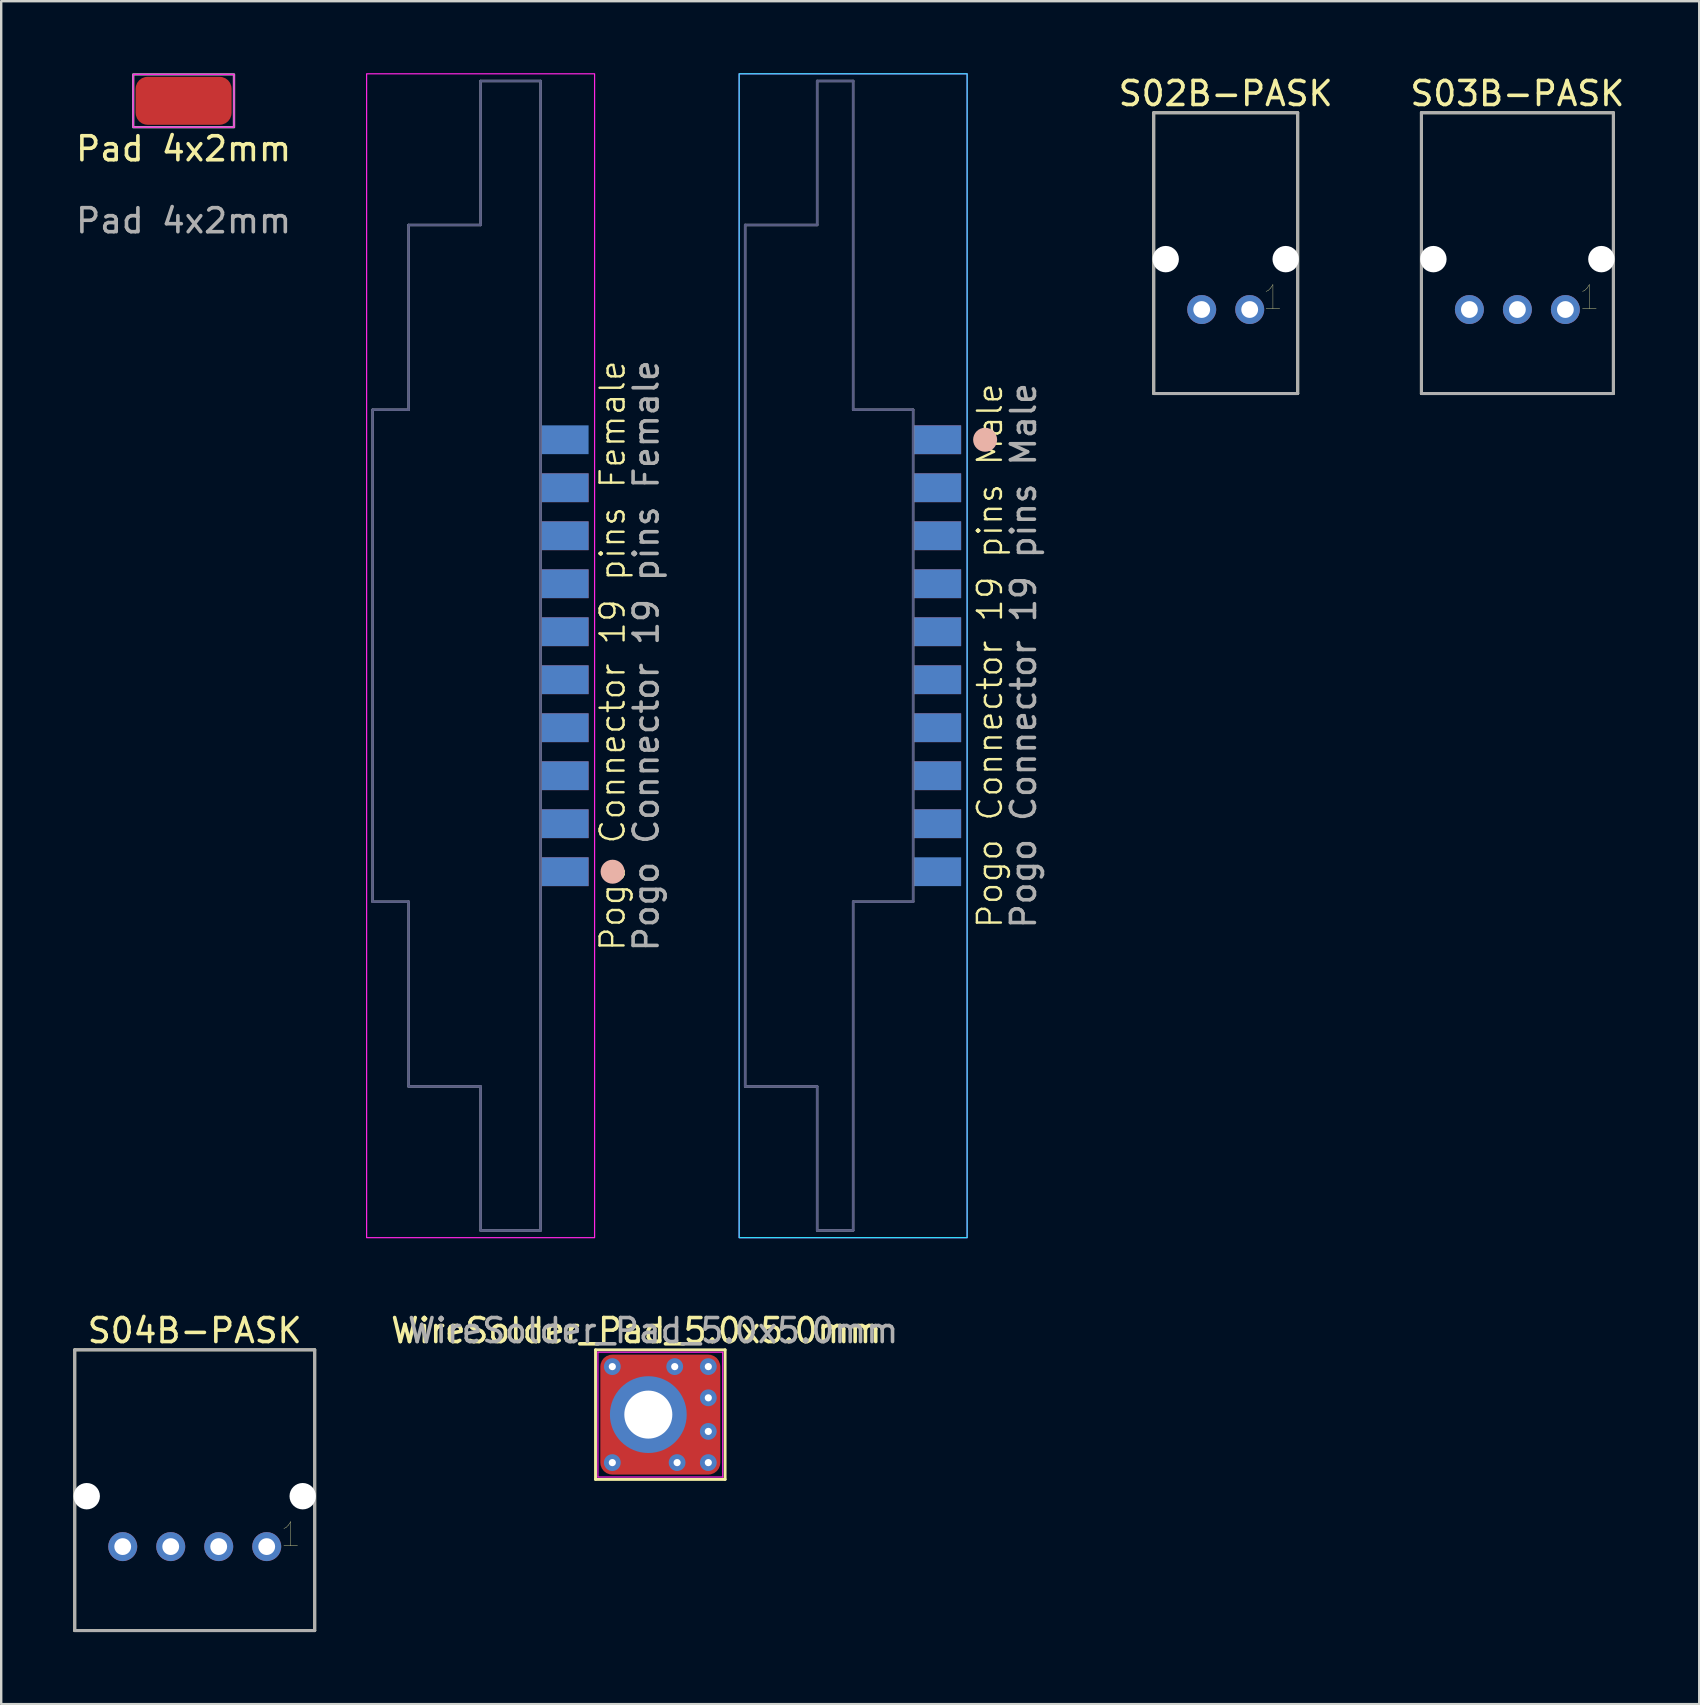
<source format=kicad_pcb>
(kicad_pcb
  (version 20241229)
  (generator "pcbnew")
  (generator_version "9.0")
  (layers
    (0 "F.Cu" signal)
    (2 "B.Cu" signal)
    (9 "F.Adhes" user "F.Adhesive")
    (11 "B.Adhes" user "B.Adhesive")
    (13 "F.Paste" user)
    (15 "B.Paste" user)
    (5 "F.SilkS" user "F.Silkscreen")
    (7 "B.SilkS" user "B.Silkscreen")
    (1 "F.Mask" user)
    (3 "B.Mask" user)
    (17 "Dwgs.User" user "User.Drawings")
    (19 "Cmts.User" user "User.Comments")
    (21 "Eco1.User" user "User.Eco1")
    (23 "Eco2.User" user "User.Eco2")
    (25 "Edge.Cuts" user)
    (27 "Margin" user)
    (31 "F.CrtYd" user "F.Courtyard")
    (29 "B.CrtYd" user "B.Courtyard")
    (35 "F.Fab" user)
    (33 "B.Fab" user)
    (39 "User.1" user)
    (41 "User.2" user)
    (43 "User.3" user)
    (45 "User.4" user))
  (footprint "S03B-PASK"
    (layer "F.Cu")
    (at 60.181 9.848)
    (property "Reference" "S03B-PASK" (at 0 -9 0) (layer "F.SilkS") (effects (font (size 1 1) (thickness 0.15))))
    (attr through_hole)
    (fp_line (start -4 -8.2) (end 4 -8.2) (stroke (width 0.12) (type solid)) (layer "F.SilkS"))
    (fp_line (start -4 3.5) (end -4 -8.2) (stroke (width 0.12) (type solid)) (layer "F.SilkS"))
    (fp_line (start 4 -8.2) (end 4 3.5) (stroke (width 0.12) (type solid)) (layer "F.SilkS"))
    (fp_line (start 4 3.5) (end -4 3.5) (stroke (width 0.12) (type solid)) (layer "F.SilkS"))
    (fp_line (start -4 3.5) (end -4 -8.2) (stroke (width 0.127) (type solid)) (layer "F.Fab"))
    (fp_line (start -4 3.5) (end 4 3.5) (stroke (width 0.127) (type solid)) (layer "F.Fab"))
    (fp_line (start 4 -8.2) (end -4 -8.2) (stroke (width 0.127) (type solid)) (layer "F.Fab"))
    (fp_line (start 4 -8.2) (end 4 3.5) (stroke (width 0.127) (type solid)) (layer "F.Fab"))
    (fp_text user "1" (at 3 -0.5 0) (layer "F.SilkS") (effects (font (size 1 1) (thickness 0.015))))
    (pad "" np_thru_hole circle (at -3.5 -2.1) (size 1.1 1.1) (drill 1.1) (layers "*.Cu" "*.Mask"))
    (pad "" np_thru_hole circle (at 3.5 -2.1) (size 1.1 1.1) (drill 1.1) (layers "*.Cu" "*.Mask"))
    (pad "1" thru_hole circle (at 2 0) (size 1.208 1.208) (drill 0.7) (layers "*.Cu" "*.Mask"))
    (pad "2" thru_hole circle (at 0 0) (size 1.208 1.208) (drill 0.7) (layers "*.Cu" "*.Mask"))
    (pad "3" thru_hole circle (at -2 0) (size 1.208 1.208) (drill 0.7) (layers "*.Cu" "*.Mask")))
  (footprint "WireSolder_Pad_5.0x5.0mm"
    (layer "F.Cu")
    (at 23.966 55.898)
    (property "Reference" "WireSolder_Pad_5.0x5.0mm" (at -0.5 -3.5 0) (layer "F.SilkS") (effects (font (size 1 1) (thickness 0.15))))
    (attr exclude_from_pos_files exclude_from_bom)
    (fp_line (start -2.2 -2.7) (end 3.2 -2.7) (stroke (width 0.12) (type solid)) (layer "F.SilkS"))
    (fp_line (start -2.2 2.7) (end -2.2 -2.7) (stroke (width 0.12) (type solid)) (layer "F.SilkS"))
    (fp_line (start 3.2 -2.7) (end 3.2 2.7) (stroke (width 0.12) (type solid)) (layer "F.SilkS"))
    (fp_line (start 3.2 2.7) (end -2.2 2.7) (stroke (width 0.12) (type solid)) (layer "F.SilkS"))
    (fp_line (start -2.1 -2.6) (end -2.1 2.6) (stroke (width 0.05) (type solid)) (layer "F.CrtYd"))
    (fp_line (start -2.1 -2.6) (end 3.1 -2.6) (stroke (width 0.05) (type solid)) (layer "F.CrtYd"))
    (fp_line (start 3.1 2.6) (end -2.1 2.6) (stroke (width 0.05) (type solid)) (layer "F.CrtYd"))
    (fp_line (start 3.1 2.6) (end 3.1 -2.6) (stroke (width 0.05) (type solid)) (layer "F.CrtYd"))
    (fp_text user "${REFERENCE}" (at 0.2 -3.5 0) (layer "F.Fab") (effects (font (size 1 1) (thickness 0.15))))
    (pad "1" thru_hole circle (at -1.5 -2) (size 0.7 0.7) (drill 0.3) (layers "*.Cu" "F.Mask"))
    (pad "1" thru_hole circle (at -1.5 2) (size 0.7 0.7) (drill 0.3) (layers "*.Cu" "F.Mask"))
    (pad "1" thru_hole circle (at 0 0) (size 3.2 3.2) (drill 2) (layers "*.Cu" "*.Mask"))
    (pad "1" smd roundrect (at 0.5 0) (size 5 5) (layers "F.Cu" "F.Mask") (roundrect_rratio 0.1))
    (pad "1" thru_hole circle (at 1.1 -2) (size 0.7 0.7) (drill 0.3) (layers "*.Cu" "F.Mask"))
    (pad "1" thru_hole circle (at 1.2 2) (size 0.7 0.7) (drill 0.3) (layers "*.Cu" "F.Mask"))
    (pad "1" thru_hole circle (at 2.5 -2) (size 0.7 0.7) (drill 0.3) (layers "*.Cu" "F.Mask"))
    (pad "1" thru_hole circle (at 2.5 -0.7) (size 0.7 0.7) (drill 0.3) (layers "*.Cu" "F.Mask"))
    (pad "1" thru_hole circle (at 2.5 0.7) (size 0.7 0.7) (drill 0.3) (layers "*.Cu" "F.Mask"))
    (pad "1" thru_hole circle (at 2.5 2) (size 0.7 0.7) (drill 0.3) (layers "*.Cu" "F.Mask")))
  (footprint "Pogo Connector 19 pins Female"
    (layer "F.Cu")
    (at 20.477 24.275)
    (property "Reference" "Pogo Connector 19 pins Female" (at 2 0 90) (unlocked yes) (layer "F.SilkS") (effects (font (size 1 1) (thickness 0.1))))
    (attr smd)
    (fp_circle (center 2 9) (end 2.25 9) (stroke (width 0.5) (type default)) (fill no) (layer "B.SilkS"))
    (fp_rect (start -8.25 -24.25) (end 1.25 24.25) (stroke (width 0.05) (type default)) (fill no) (layer "F.CrtYd"))
    (fp_line (start -8 -10.25) (end -6.5 -10.25) (stroke (width 0.1) (type default)) (layer "B.Fab"))
    (fp_line (start -8 10.25) (end -8 -10.25) (stroke (width 0.1) (type default)) (layer "B.Fab"))
    (fp_line (start -6.5 -17.95) (end -3.5 -17.95) (stroke (width 0.1) (type default)) (layer "B.Fab"))
    (fp_line (start -6.5 -10.25) (end -6.5 -17.95) (stroke (width 0.1) (type default)) (layer "B.Fab"))
    (fp_line (start -6.5 10.25) (end -8 10.25) (stroke (width 0.1) (type default)) (layer "B.Fab"))
    (fp_line (start -6.5 17.95) (end -6.5 10.25) (stroke (width 0.1) (type default)) (layer "B.Fab"))
    (fp_line (start -3.5 -23.95) (end -1 -23.95) (stroke (width 0.1) (type default)) (layer "B.Fab"))
    (fp_line (start -3.5 -17.95) (end -3.5 -23.95) (stroke (width 0.1) (type default)) (layer "B.Fab"))
    (fp_line (start -3.5 17.95) (end -6.5 17.95) (stroke (width 0.1) (type default)) (layer "B.Fab"))
    (fp_line (start -3.5 23.95) (end -3.5 17.95) (stroke (width 0.1) (type default)) (layer "B.Fab"))
    (fp_line (start -1 23.95) (end -3.5 23.95) (stroke (width 0.1) (type default)) (layer "B.Fab"))
    (fp_line (start -1 23.95) (end -1 -23.95) (stroke (width 0.1) (type default)) (layer "B.Fab"))
    (fp_line (start -8 -10.25) (end -8 10.25) (stroke (width 0.1) (type default)) (layer "F.Fab"))
    (fp_line (start -8 10.25) (end -6.5 10.25) (stroke (width 0.1) (type default)) (layer "F.Fab"))
    (fp_line (start -6.5 -17.95) (end -6.5 -10.25) (stroke (width 0.1) (type default)) (layer "F.Fab"))
    (fp_line (start -6.5 -10.25) (end -8 -10.25) (stroke (width 0.1) (type default)) (layer "F.Fab"))
    (fp_line (start -6.5 10.25) (end -6.5 17.95) (stroke (width 0.1) (type default)) (layer "F.Fab"))
    (fp_line (start -6.5 17.95) (end -3.5 17.95) (stroke (width 0.1) (type default)) (layer "F.Fab"))
    (fp_line (start -3.5 -23.95) (end -3.5 -17.95) (stroke (width 0.1) (type default)) (layer "F.Fab"))
    (fp_line (start -3.5 -17.95) (end -6.5 -17.95) (stroke (width 0.1) (type default)) (layer "F.Fab"))
    (fp_line (start -3.5 17.95) (end -3.5 23.95) (stroke (width 0.1) (type default)) (layer "F.Fab"))
    (fp_line (start -3.5 23.95) (end -1 23.95) (stroke (width 0.1) (type default)) (layer "F.Fab"))
    (fp_line (start -1 -23.95) (end -3.5 -23.95) (stroke (width 0.1) (type default)) (layer "F.Fab"))
    (fp_line (start -1 -23.95) (end -1 23.95) (stroke (width 0.1) (type default)) (layer "F.Fab"))
    (fp_text user "${REFERENCE}" (at 3.4 0 90) (unlocked yes) (layer "F.Fab") (effects (font (size 1 1) (thickness 0.15))))
    (pad "1" smd rect (at 0 9) (size 2 1.2) (layers "B.Cu" "B.Mask" "B.Paste"))
    (pad "2" smd rect (at 0 9) (size 2 1.2) (layers "F.Cu" "F.Mask" "F.Paste"))
    (pad "3" smd rect (at 0 7) (size 2 1.2) (layers "B.Cu" "B.Mask" "B.Paste"))
    (pad "4" smd rect (at 0 7) (size 2 1.2) (layers "F.Cu" "F.Mask" "F.Paste"))
    (pad "5" smd rect (at 0 5) (size 2 1.2) (layers "B.Cu" "B.Mask" "B.Paste"))
    (pad "6" smd rect (at 0 5) (size 2 1.2) (layers "F.Cu" "F.Mask" "F.Paste"))
    (pad "7" smd rect (at 0 3) (size 2 1.2) (layers "B.Cu" "B.Mask" "B.Paste"))
    (pad "8" smd rect (at 0 3) (size 2 1.2) (layers "F.Cu" "F.Mask" "F.Paste"))
    (pad "9" smd rect (at 0 1) (size 2 1.2) (layers "B.Cu" "B.Mask" "B.Paste"))
    (pad "10" smd rect (at 0 1) (size 2 1.2) (layers "F.Cu" "F.Mask" "F.Paste"))
    (pad "11" smd rect (at 0 -1) (size 2 1.2) (layers "B.Cu" "B.Mask" "B.Paste"))
    (pad "12" smd rect (at 0 -1) (size 2 1.2) (layers "F.Cu" "F.Mask" "F.Paste"))
    (pad "13" smd rect (at 0 -3) (size 2 1.2) (layers "B.Cu" "B.Mask" "B.Paste"))
    (pad "14" smd rect (at 0 -3) (size 2 1.2) (layers "F.Cu" "F.Mask" "F.Paste"))
    (pad "15" smd rect (at 0 -5) (size 2 1.2) (layers "B.Cu" "B.Mask" "B.Paste"))
    (pad "16" smd rect (at 0 -5) (size 2 1.2) (layers "F.Cu" "F.Mask" "F.Paste"))
    (pad "17" smd rect (at 0 -7) (size 2 1.2) (layers "B.Cu" "B.Mask" "B.Paste"))
    (pad "18" smd rect (at 0 -7) (size 2 1.2) (layers "F.Cu" "F.Mask" "F.Paste"))
    (pad "19" smd rect (at 0 -9) (size 2 1.2) (layers "B.Cu" "B.Mask" "B.Paste")))
  (footprint "S04B-PASK"
    (layer "F.Cu")
    (at 5.064 61.398)
    (property "Reference" "S04B-PASK" (at 0 -9 0) (layer "F.SilkS") (effects (font (size 1 1) (thickness 0.15))))
    (attr through_hole)
    (fp_line (start -5 -8.2) (end 5 -8.2) (stroke (width 0.12) (type solid)) (layer "F.SilkS"))
    (fp_line (start -5 3.5) (end -5 -8.2) (stroke (width 0.12) (type solid)) (layer "F.SilkS"))
    (fp_line (start 5 -8.2) (end 5 3.5) (stroke (width 0.12) (type solid)) (layer "F.SilkS"))
    (fp_line (start 5 3.5) (end -5 3.5) (stroke (width 0.12) (type solid)) (layer "F.SilkS"))
    (fp_line (start -5 3.5) (end -5 -8.2) (stroke (width 0.127) (type solid)) (layer "F.Fab"))
    (fp_line (start -5 3.5) (end 5 3.5) (stroke (width 0.127) (type solid)) (layer "F.Fab"))
    (fp_line (start 5 -8.2) (end -5 -8.2) (stroke (width 0.127) (type solid)) (layer "F.Fab"))
    (fp_line (start 5 -8.2) (end 5 3.5) (stroke (width 0.127) (type solid)) (layer "F.Fab"))
    (fp_text user "1" (at 4 -0.5 0) (layer "F.SilkS") (effects (font (size 1 1) (thickness 0.015))))
    (pad "" np_thru_hole circle (at -4.5 -2.1) (size 1.1 1.1) (drill 1.1) (layers "*.Cu" "*.Mask"))
    (pad "" np_thru_hole circle (at 4.5 -2.1) (size 1.1 1.1) (drill 1.1) (layers "*.Cu" "*.Mask"))
    (pad "1" thru_hole circle (at 3 0) (size 1.208 1.208) (drill 0.7) (layers "*.Cu" "*.Mask" "B.Adhes"))
    (pad "2" thru_hole circle (at 1 0) (size 1.208 1.208) (drill 0.7) (layers "*.Cu" "*.Mask"))
    (pad "3" thru_hole circle (at -1 0) (size 1.208 1.208) (drill 0.7) (layers "*.Cu" "*.Mask"))
    (pad "4" thru_hole circle (at -3 0) (size 1.208 1.208) (drill 0.7) (layers "*.Cu" "*.Mask")))
  (footprint "Pogo Connector 19 pins Male"
    (layer "F.Cu")
    (at 36.001 24.275)
    (property "Reference" "Pogo Connector 19 pins Male" (at 2.2 0 90) (unlocked yes) (layer "F.SilkS") (effects (font (size 1 1) (thickness 0.1))))
    (attr smd)
    (fp_circle (center 2 -9) (end 2.25 -9) (stroke (width 0.5) (type default)) (fill no) (layer "B.SilkS"))
    (fp_rect (start 1.25 -24.25) (end -8.25 24.25) (stroke (width 0.05) (type default)) (fill no) (layer "B.CrtYd"))
    (fp_rect (start -8.25 -24.25) (end 1.25 24.25) (stroke (width 0.05) (type default)) (fill no) (layer "F.CrtYd"))
    (fp_line (start -8 -17.95) (end -5 -17.95) (stroke (width 0.1) (type default)) (layer "B.Fab"))
    (fp_line (start -8 17.95) (end -8 -17.95) (stroke (width 0.1) (type default)) (layer "B.Fab"))
    (fp_line (start -5 -23.95) (end -3.5 -23.95) (stroke (width 0.1) (type default)) (layer "B.Fab"))
    (fp_line (start -5 -17.95) (end -5 -23.95) (stroke (width 0.1) (type default)) (layer "B.Fab"))
    (fp_line (start -5 17.95) (end -8 17.95) (stroke (width 0.1) (type default)) (layer "B.Fab"))
    (fp_line (start -5 23.95) (end -5 17.95) (stroke (width 0.1) (type default)) (layer "B.Fab"))
    (fp_line (start -3.5 -10.25) (end -3.5 -23.95) (stroke (width 0.1) (type default)) (layer "B.Fab"))
    (fp_line (start -3.5 10.25) (end -3.5 23.95) (stroke (width 0.1) (type default)) (layer "B.Fab"))
    (fp_line (start -3.5 23.95) (end -5 23.95) (stroke (width 0.1) (type default)) (layer "B.Fab"))
    (fp_line (start -1 -10.25) (end -3.5 -10.25) (stroke (width 0.1) (type default)) (layer "B.Fab"))
    (fp_line (start -1 10.25) (end -3.5 10.25) (stroke (width 0.1) (type default)) (layer "B.Fab"))
    (fp_line (start -1 10.25) (end -1 -10.25) (stroke (width 0.1) (type default)) (layer "B.Fab"))
    (fp_line (start -8 -17.95) (end -8 17.95) (stroke (width 0.1) (type default)) (layer "F.Fab"))
    (fp_line (start -8 17.95) (end -5 17.95) (stroke (width 0.1) (type default)) (layer "F.Fab"))
    (fp_line (start -5 -23.95) (end -5 -17.95) (stroke (width 0.1) (type default)) (layer "F.Fab"))
    (fp_line (start -5 -17.95) (end -8 -17.95) (stroke (width 0.1) (type default)) (layer "F.Fab"))
    (fp_line (start -5 17.95) (end -5 23.95) (stroke (width 0.1) (type default)) (layer "F.Fab"))
    (fp_line (start -5 23.95) (end -3.5 23.95) (stroke (width 0.1) (type default)) (layer "F.Fab"))
    (fp_line (start -3.5 -23.95) (end -5 -23.95) (stroke (width 0.1) (type default)) (layer "F.Fab"))
    (fp_line (start -3.5 -10.25) (end -3.5 -23.95) (stroke (width 0.1) (type default)) (layer "F.Fab"))
    (fp_line (start -3.5 10.25) (end -3.5 23.95) (stroke (width 0.1) (type default)) (layer "F.Fab"))
    (fp_line (start -1 -10.25) (end -3.5 -10.25) (stroke (width 0.1) (type default)) (layer "F.Fab"))
    (fp_line (start -1 -10.25) (end -1 10.25) (stroke (width 0.1) (type default)) (layer "F.Fab"))
    (fp_line (start -1 10.25) (end -3.5 10.25) (stroke (width 0.1) (type default)) (layer "F.Fab"))
    (fp_text user "${REFERENCE}" (at 3.6 0 90) (unlocked yes) (layer "F.Fab") (effects (font (size 1 1) (thickness 0.15))))
    (pad "1" smd rect (at 0 -9) (size 2 1.2) (layers "B.Cu" "B.Mask" "B.Paste"))
    (pad "2" smd rect (at 0 -9) (size 2 1.2) (layers "F.Cu" "F.Mask" "F.Paste"))
    (pad "3" smd rect (at 0 -7) (size 2 1.2) (layers "B.Cu" "B.Mask" "B.Paste"))
    (pad "4" smd rect (at 0 -7) (size 2 1.2) (layers "F.Cu" "F.Mask" "F.Paste"))
    (pad "5" smd rect (at 0 -5) (size 2 1.2) (layers "B.Cu" "B.Mask" "B.Paste"))
    (pad "6" smd rect (at 0 -5) (size 2 1.2) (layers "F.Cu" "F.Mask" "F.Paste"))
    (pad "7" smd rect (at 0 -3) (size 2 1.2) (layers "B.Cu" "B.Mask" "B.Paste"))
    (pad "8" smd rect (at 0 -3) (size 2 1.2) (layers "F.Cu" "F.Mask" "F.Paste"))
    (pad "9" smd rect (at 0 -1) (size 2 1.2) (layers "B.Cu" "B.Mask" "B.Paste"))
    (pad "10" smd rect (at 0 -1) (size 2 1.2) (layers "F.Cu" "F.Mask" "F.Paste"))
    (pad "11" smd rect (at 0 1) (size 2 1.2) (layers "B.Cu" "B.Mask" "B.Paste"))
    (pad "12" smd rect (at 0 1) (size 2 1.2) (layers "F.Cu" "F.Mask" "F.Paste"))
    (pad "13" smd rect (at 0 3) (size 2 1.2) (layers "B.Cu" "B.Mask" "B.Paste"))
    (pad "14" smd rect (at 0 3) (size 2 1.2) (layers "F.Cu" "F.Mask" "F.Paste"))
    (pad "15" smd rect (at 0 5) (size 2 1.2) (layers "B.Cu" "B.Mask" "B.Paste"))
    (pad "16" smd rect (at 0 5) (size 2 1.2) (layers "F.Cu" "F.Mask" "F.Paste"))
    (pad "17" smd rect (at 0 7) (size 2 1.2) (layers "B.Cu" "B.Mask" "B.Paste"))
    (pad "18" smd rect (at 0 7) (size 2 1.2) (layers "F.Cu" "F.Mask" "F.Paste"))
    (pad "19" smd rect (at 0 9) (size 2 1.2) (layers "B.Cu" "B.Mask" "B.Paste")))
  (footprint "S02B-PASK"
    (layer "F.Cu")
    (at 48.026 9.848)
    (property "Reference" "S02B-PASK" (at 0 -9 0) (layer "F.SilkS") (effects (font (size 1 1) (thickness 0.15))))
    (attr through_hole)
    (fp_line (start -3 -8.2) (end 3 -8.2) (stroke (width 0.12) (type solid)) (layer "F.SilkS"))
    (fp_line (start -3 3.5) (end -3 -8.2) (stroke (width 0.12) (type solid)) (layer "F.SilkS"))
    (fp_line (start 3 -8.2) (end 3 3.5) (stroke (width 0.12) (type solid)) (layer "F.SilkS"))
    (fp_line (start 3 3.5) (end -3 3.5) (stroke (width 0.12) (type solid)) (layer "F.SilkS"))
    (fp_line (start -3 3.5) (end -3 -8.2) (stroke (width 0.127) (type solid)) (layer "F.Fab"))
    (fp_line (start -3 3.5) (end 3 3.5) (stroke (width 0.127) (type solid)) (layer "F.Fab"))
    (fp_line (start 3 -8.2) (end -3 -8.2) (stroke (width 0.127) (type solid)) (layer "F.Fab"))
    (fp_line (start 3 -8.2) (end 3 3.5) (stroke (width 0.127) (type solid)) (layer "F.Fab"))
    (fp_text user "1" (at 1.968 -0.5 0) (layer "F.SilkS") (effects (font (size 1 1) (thickness 0.015))))
    (pad "" np_thru_hole circle (at -2.5 -2.1) (size 1.1 1.1) (drill 1.1) (layers "*.Cu" "*.Mask"))
    (pad "" np_thru_hole circle (at 2.5 -2.1) (size 1.1 1.1) (drill 1.1) (layers "*.Cu" "*.Mask"))
    (pad "1" thru_hole circle (at 1 0) (size 1.208 1.208) (drill 0.7) (layers "*.Cu" "*.Mask" "B.Adhes"))
    (pad "2" thru_hole circle (at -1 0) (size 1.208 1.208) (drill 0.7) (layers "*.Cu" "*.Mask")))
  (footprint "Pad 4x2mm"
    (layer "F.Cu")
    (at 4.601 1.15)
    (property "Reference" "Pad 4x2mm" (at 0 2 0) (unlocked yes) (layer "F.SilkS") (effects (font (size 1 1) (thickness 0.15))))
    (attr smd)
    (fp_rect (start -2.1 -1.1) (end 2.1 1.1) (stroke (width 0.05) (type default)) (fill no) (layer "F.CrtYd"))
    (fp_rect (start -2.1 -1.1) (end 2.1 1.1) (stroke (width 0.1) (type default)) (fill no) (layer "F.Fab"))
    (fp_text user "${REFERENCE}" (at 0 5 0) (unlocked yes) (layer "F.Fab") (effects (font (size 1 1) (thickness 0.15))))
    (pad "1" smd roundrect (at 0 0) (size 4 2) (layers "F.Cu" "F.Mask" "F.Paste") (roundrect_rratio 0.25)))
  (gr_rect
    (start -3 -3)
    (end 67.758 67.962)
    (stroke (width 0.1) (type default))
    (fill no)
    (layer "Edge.Cuts")))
</source>
